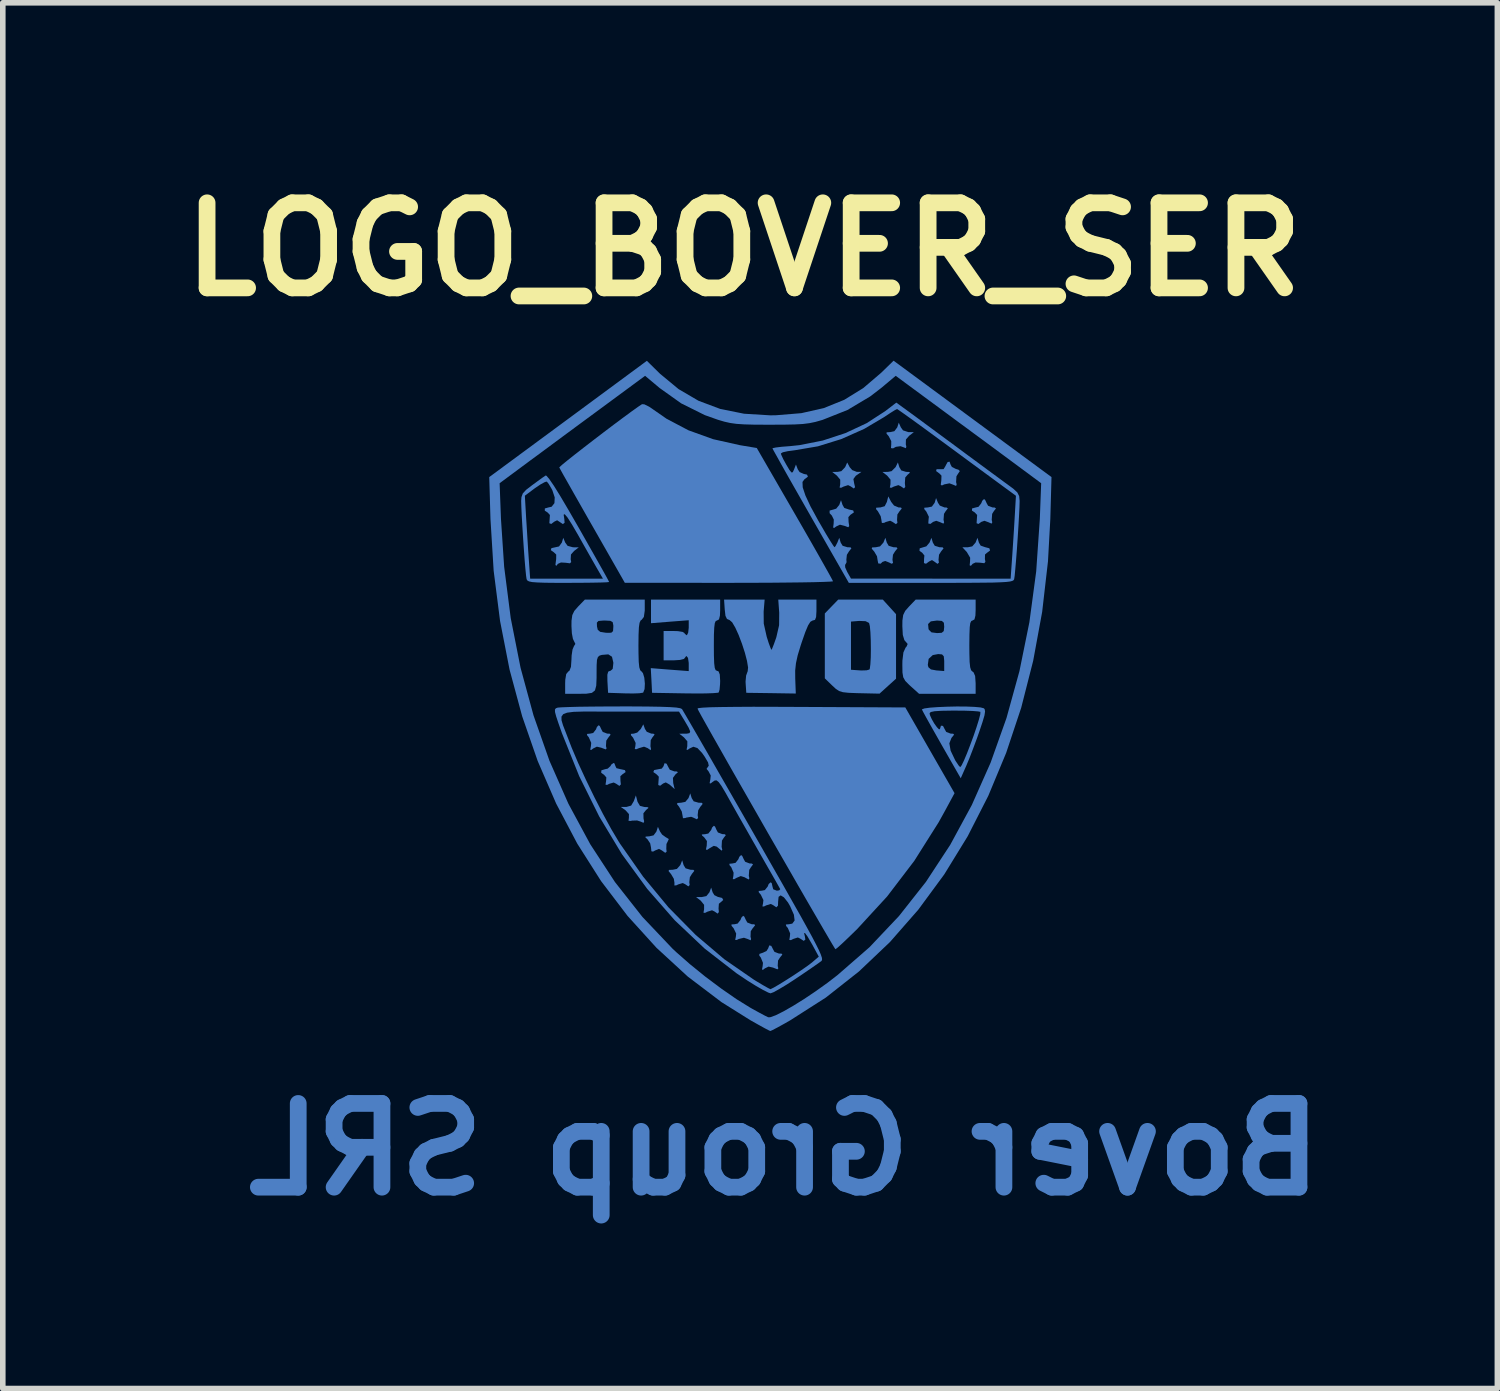
<source format=kicad_pcb>
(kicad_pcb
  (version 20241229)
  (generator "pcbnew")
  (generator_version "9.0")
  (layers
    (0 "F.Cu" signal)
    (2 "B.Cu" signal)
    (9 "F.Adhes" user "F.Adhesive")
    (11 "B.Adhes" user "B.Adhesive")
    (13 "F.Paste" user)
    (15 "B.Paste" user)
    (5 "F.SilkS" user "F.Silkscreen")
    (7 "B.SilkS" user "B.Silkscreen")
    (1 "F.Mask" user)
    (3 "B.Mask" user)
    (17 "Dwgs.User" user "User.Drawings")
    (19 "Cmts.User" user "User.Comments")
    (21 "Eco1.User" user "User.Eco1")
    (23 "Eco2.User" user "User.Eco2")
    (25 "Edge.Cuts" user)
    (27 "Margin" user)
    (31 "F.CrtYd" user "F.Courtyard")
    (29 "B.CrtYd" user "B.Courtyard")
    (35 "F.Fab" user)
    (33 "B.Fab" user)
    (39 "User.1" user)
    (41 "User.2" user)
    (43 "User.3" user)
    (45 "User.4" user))
  (footprint "LOGO_BOVER_SER"
    (layer "F.Cu")
    (at 10.776 9.418)
    (property "Reference" "LOGO_BOVER_SER" (at -0.5 -8 0) (layer "F.SilkS") (effects (font (size 1.524 1.524) (thickness 0.3))))
    (attr board_only exclude_from_pos_files exclude_from_bom)
    (fp_poly (pts (xy 1.315 -4.098) (xy 1.247 -4.027) (xy 1.18 -4.014) (xy 1.083 -4.013) (xy 1.166 -3.948) (xy 1.227 -3.875) (xy 1.227 -3.794) (xy 1.216 -3.733) (xy 1.243 -3.729) (xy 1.288 -3.751) (xy 1.368 -3.777) (xy 1.413 -3.755) (xy 1.471 -3.716) (xy 1.493 -3.74) (xy 1.477 -3.807) (xy 1.463 -3.886) (xy 1.505 -3.943) (xy 1.524 -3.957) (xy 1.606 -4.014) (xy 1.524 -4.014) (xy 1.442 -4.046) (xy 1.397 -4.098) (xy 1.352 -4.182)) (stroke (width 0) (type solid)) (fill yes) (layer "B.Cu"))
    (fp_poly (pts (xy 2.219 -4.099) (xy 2.147 -4.027) (xy 2.081 -4.014) (xy 1.983 -4.013) (xy 2.067 -3.948) (xy 2.128 -3.875) (xy 2.127 -3.794) (xy 2.116 -3.733) (xy 2.144 -3.729) (xy 2.188 -3.751) (xy 2.269 -3.777) (xy 2.314 -3.755) (xy 2.369 -3.717) (xy 2.392 -3.745) (xy 2.385 -3.814) (xy 2.392 -3.914) (xy 2.435 -3.964) (xy 2.478 -4.001) (xy 2.458 -4.013) (xy 2.407 -4.014) (xy 2.321 -4.04) (xy 2.286 -4.099) (xy 2.26 -4.183)) (stroke (width 0) (type solid)) (fill yes) (layer "B.Cu"))
    (fp_poly (pts (xy 2.249 -4.812) (xy 2.197 -4.743) (xy 2.125 -4.727) (xy 2.058 -4.723) (xy 2.057 -4.698) (xy 2.095 -4.654) (xy 2.141 -4.565) (xy 2.141 -4.503) (xy 2.136 -4.44) (xy 2.174 -4.435) (xy 2.225 -4.463) (xy 2.308 -4.474) (xy 2.352 -4.458) (xy 2.404 -4.438) (xy 2.411 -4.469) (xy 2.402 -4.507) (xy 2.404 -4.594) (xy 2.462 -4.661) (xy 2.546 -4.726) (xy 2.449 -4.726) (xy 2.352 -4.758) (xy 2.313 -4.812) (xy 2.276 -4.896)) (stroke (width 0) (type solid)) (fill yes) (layer "B.Cu"))
    (fp_poly (pts (xy -3.76 -2.748) (xy -3.811 -2.678) (xy -3.874 -2.664) (xy -3.947 -2.648) (xy -3.958 -2.612) (xy -3.903 -2.573) (xy -3.861 -2.533) (xy -3.862 -2.449) (xy -3.864 -2.438) (xy -3.875 -2.35) (xy -3.862 -2.329) (xy -3.83 -2.367) (xy -3.776 -2.391) (xy -3.692 -2.386) (xy -3.615 -2.376) (xy -3.593 -2.399) (xy -3.602 -2.448) (xy -3.597 -2.534) (xy -3.541 -2.597) (xy -3.457 -2.662) (xy -3.561 -2.663) (xy -3.657 -2.689) (xy -3.7 -2.748) (xy -3.735 -2.833)) (stroke (width 0) (type solid)) (fill yes) (layer "B.Cu"))
    (fp_poly (pts (xy -2.066 2.429) (xy -2.117 2.498) (xy -2.193 2.515) (xy -2.26 2.52) (xy -2.261 2.539) (xy -2.228 2.566) (xy -2.178 2.64) (xy -2.163 2.715) (xy -2.156 2.783) (xy -2.126 2.789) (xy -2.088 2.768) (xy -2.02 2.741) (xy -1.968 2.768) (xy -1.908 2.811) (xy -1.883 2.79) (xy -1.889 2.739) (xy -1.886 2.652) (xy -1.865 2.61) (xy -1.844 2.564) (xy -1.891 2.535) (xy -1.893 2.535) (xy -1.964 2.484) (xy -2.002 2.428) (xy -2.039 2.345)) (stroke (width 0) (type solid)) (fill yes) (layer "B.Cu"))
    (fp_poly (pts (xy -1.638 3.03) (xy -1.699 3.099) (xy -1.773 3.114) (xy -1.842 3.117) (xy -1.847 3.14) (xy -1.803 3.193) (xy -1.754 3.276) (xy -1.743 3.346) (xy -1.744 3.396) (xy -1.708 3.393) (xy -1.674 3.376) (xy -1.594 3.352) (xy -1.551 3.373) (xy -1.493 3.412) (xy -1.47 3.387) (xy -1.477 3.338) (xy -1.467 3.248) (xy -1.43 3.188) (xy -1.387 3.134) (xy -1.402 3.116) (xy -1.458 3.114) (xy -1.544 3.088) (xy -1.579 3.03) (xy -1.604 2.945)) (stroke (width 0) (type solid)) (fill yes) (layer "B.Cu"))
    (fp_poly (pts (xy -1.491 1.83) (xy -1.548 1.898) (xy -1.623 1.913) (xy -1.692 1.918) (xy -1.695 1.942) (xy -1.662 1.982) (xy -1.612 2.07) (xy -1.6 2.133) (xy -1.59 2.191) (xy -1.547 2.187) (xy -1.532 2.18) (xy -1.444 2.165) (xy -1.41 2.178) (xy -1.341 2.21) (xy -1.319 2.186) (xy -1.327 2.137) (xy -1.317 2.048) (xy -1.28 1.987) (xy -1.237 1.934) (xy -1.253 1.915) (xy -1.31 1.913) (xy -1.398 1.888) (xy -1.434 1.83) (xy -1.46 1.746)) (stroke (width 0) (type solid)) (fill yes) (layer "B.Cu"))
    (fp_poly (pts (xy -1.116 3.518) (xy -1.171 3.586) (xy -1.252 3.603) (xy -1.356 3.603) (xy -1.272 3.668) (xy -1.212 3.742) (xy -1.212 3.822) (xy -1.223 3.883) (xy -1.195 3.887) (xy -1.151 3.865) (xy -1.07 3.84) (xy -1.026 3.861) (xy -0.969 3.9) (xy -0.947 3.872) (xy -0.953 3.809) (xy -0.947 3.723) (xy -0.91 3.692) (xy -0.869 3.656) (xy -0.889 3.619) (xy -0.958 3.602) (xy -0.962 3.602) (xy -1.028 3.569) (xy -1.059 3.518) (xy -1.085 3.434)) (stroke (width 0) (type solid)) (fill yes) (layer "B.Cu"))
    (fp_poly (pts (xy 2.001 -2.748) (xy 1.94 -2.679) (xy 1.866 -2.664) (xy 1.797 -2.66) (xy 1.792 -2.638) (xy 1.837 -2.585) (xy 1.886 -2.502) (xy 1.896 -2.435) (xy 1.908 -2.374) (xy 1.951 -2.369) (xy 1.983 -2.401) (xy 2.033 -2.418) (xy 2.077 -2.401) (xy 2.149 -2.368) (xy 2.173 -2.382) (xy 2.163 -2.44) (xy 2.172 -2.53) (xy 2.209 -2.59) (xy 2.253 -2.644) (xy 2.237 -2.662) (xy 2.181 -2.664) (xy 2.095 -2.69) (xy 2.061 -2.748) (xy 2.036 -2.833)) (stroke (width 0) (type solid)) (fill yes) (layer "B.Cu"))
    (fp_poly (pts (xy 2.827 -2.748) (xy 2.77 -2.68) (xy 2.716 -2.664) (xy 2.651 -2.644) (xy 2.647 -2.6) (xy 2.696 -2.565) (xy 2.735 -2.516) (xy 2.729 -2.454) (xy 2.727 -2.38) (xy 2.764 -2.368) (xy 2.82 -2.409) (xy 2.871 -2.434) (xy 2.91 -2.409) (xy 2.97 -2.366) (xy 2.995 -2.388) (xy 2.988 -2.44) (xy 2.997 -2.53) (xy 3.035 -2.59) (xy 3.078 -2.644) (xy 3.062 -2.662) (xy 3.006 -2.664) (xy 2.921 -2.69) (xy 2.886 -2.748) (xy 2.861 -2.833)) (stroke (width 0) (type solid)) (fill yes) (layer "B.Cu"))
    (fp_poly (pts (xy 2.919 -3.461) (xy 2.869 -3.392) (xy 2.798 -3.377) (xy 2.733 -3.372) (xy 2.733 -3.347) (xy 2.769 -3.304) (xy 2.815 -3.21) (xy 2.809 -3.154) (xy 2.805 -3.089) (xy 2.843 -3.082) (xy 2.891 -3.118) (xy 2.948 -3.138) (xy 3.016 -3.113) (xy 3.076 -3.087) (xy 3.088 -3.11) (xy 3.078 -3.155) (xy 3.086 -3.262) (xy 3.116 -3.31) (xy 3.155 -3.36) (xy 3.134 -3.375) (xy 3.095 -3.377) (xy 3.012 -3.41) (xy 2.978 -3.461) (xy 2.944 -3.545)) (stroke (width 0) (type solid)) (fill yes) (layer "B.Cu"))
    (fp_poly (pts (xy 3.652 -2.748) (xy 3.592 -2.679) (xy 3.516 -2.664) (xy 3.415 -2.664) (xy 3.495 -2.578) (xy 3.555 -2.476) (xy 3.553 -2.41) (xy 3.546 -2.34) (xy 3.568 -2.331) (xy 3.599 -2.367) (xy 3.652 -2.391) (xy 3.733 -2.387) (xy 3.808 -2.378) (xy 3.828 -2.403) (xy 3.819 -2.453) (xy 3.821 -2.534) (xy 3.856 -2.564) (xy 3.911 -2.605) (xy 3.899 -2.645) (xy 3.828 -2.664) (xy 3.826 -2.664) (xy 3.743 -2.693) (xy 3.711 -2.748) (xy 3.686 -2.833)) (stroke (width 0) (type solid)) (fill yes) (layer "B.Cu"))
    (fp_poly (pts (xy -2.471 1.885) (xy -2.519 1.965) (xy -2.601 1.988) (xy -2.606 1.988) (xy -2.705 1.988) (xy -2.62 2.048) (xy -2.558 2.117) (xy -2.559 2.183) (xy -2.566 2.237) (xy -2.525 2.24) (xy -2.505 2.234) (xy -2.411 2.231) (xy -2.35 2.251) (xy -2.296 2.274) (xy -2.286 2.247) (xy -2.297 2.195) (xy -2.299 2.102) (xy -2.252 2.044) (xy -2.207 2.005) (xy -2.225 1.992) (xy -2.28 1.99) (xy -2.361 1.969) (xy -2.404 1.897) (xy -2.407 1.885) (xy -2.434 1.782)) (stroke (width 0) (type solid)) (fill yes) (layer "B.Cu"))
    (fp_poly (pts (xy -2.346 0.592) (xy -2.409 0.656) (xy -2.47 0.675) (xy -2.524 0.68) (xy -2.52 0.706) (xy -2.484 0.748) (xy -2.438 0.843) (xy -2.443 0.898) (xy -2.454 0.951) (xy -2.426 0.955) (xy -2.373 0.933) (xy -2.288 0.909) (xy -2.221 0.936) (xy -2.213 0.942) (xy -2.169 0.972) (xy -2.163 0.947) (xy -2.173 0.902) (xy -2.168 0.792) (xy -2.137 0.742) (xy -2.098 0.692) (xy -2.118 0.677) (xy -2.158 0.675) (xy -2.239 0.642) (xy -2.271 0.592) (xy -2.301 0.509)) (stroke (width 0) (type solid)) (fill yes) (layer "B.Cu"))
    (fp_poly (pts (xy 2.063 -3.476) (xy 2.024 -3.399) (xy 1.947 -3.377) (xy 1.939 -3.377) (xy 1.871 -3.372) (xy 1.869 -3.347) (xy 1.902 -3.308) (xy 1.952 -3.22) (xy 1.964 -3.157) (xy 1.973 -3.099) (xy 2.013 -3.101) (xy 2.043 -3.116) (xy 2.122 -3.139) (xy 2.164 -3.118) (xy 2.224 -3.078) (xy 2.252 -3.101) (xy 2.245 -3.154) (xy 2.251 -3.251) (xy 2.286 -3.304) (xy 2.329 -3.357) (xy 2.316 -3.375) (xy 2.272 -3.377) (xy 2.191 -3.411) (xy 2.14 -3.476) (xy 2.088 -3.575)) (stroke (width 0) (type solid)) (fill yes) (layer "B.Cu"))
    (fp_poly (pts (xy -0.543 3.971) (xy -0.56 4.014) (xy -0.611 4.078) (xy -0.664 4.09) (xy -0.722 4.094) (xy -0.719 4.12) (xy -0.683 4.162) (xy -0.637 4.258) (xy -0.643 4.315) (xy -0.655 4.371) (xy -0.625 4.371) (xy -0.59 4.354) (xy -0.498 4.332) (xy -0.433 4.354) (xy -0.377 4.378) (xy -0.37 4.35) (xy -0.38 4.315) (xy -0.376 4.215) (xy -0.341 4.162) (xy -0.298 4.109) (xy -0.312 4.091) (xy -0.359 4.09) (xy -0.438 4.059) (xy -0.463 4.014) (xy -0.491 3.954) (xy -0.512 3.939)) (stroke (width 0) (type solid)) (fill yes) (layer "B.Cu"))
    (fp_poly (pts (xy 1.21 -3.423) (xy 1.155 -3.355) (xy 1.103 -3.339) (xy 1.037 -3.321) (xy 1.037 -3.274) (xy 1.077 -3.231) (xy 1.112 -3.159) (xy 1.109 -3.086) (xy 1.1 -3.017) (xy 1.118 -3.009) (xy 1.153 -3.035) (xy 1.222 -3.068) (xy 1.307 -3.046) (xy 1.308 -3.046) (xy 1.371 -3.022) (xy 1.388 -3.044) (xy 1.377 -3.115) (xy 1.373 -3.204) (xy 1.412 -3.247) (xy 1.416 -3.249) (xy 1.472 -3.288) (xy 1.459 -3.324) (xy 1.385 -3.339) (xy 1.3 -3.368) (xy 1.268 -3.423) (xy 1.241 -3.507)) (stroke (width 0) (type solid)) (fill yes) (layer "B.Cu"))
    (fp_poly (pts (xy 3.771 -3.496) (xy 3.754 -3.452) (xy 3.704 -3.388) (xy 3.656 -3.377) (xy 3.589 -3.359) (xy 3.587 -3.32) (xy 3.638 -3.287) (xy 3.68 -3.242) (xy 3.675 -3.17) (xy 3.67 -3.094) (xy 3.704 -3.081) (xy 3.754 -3.118) (xy 3.811 -3.138) (xy 3.879 -3.113) (xy 3.939 -3.087) (xy 3.951 -3.11) (xy 3.941 -3.155) (xy 3.949 -3.262) (xy 3.979 -3.31) (xy 4.017 -3.359) (xy 3.996 -3.375) (xy 3.955 -3.377) (xy 3.876 -3.407) (xy 3.851 -3.452) (xy 3.823 -3.512) (xy 3.803 -3.527)) (stroke (width 0) (type solid)) (fill yes) (layer "B.Cu"))
    (fp_poly (pts (xy -3.132 0.556) (xy -3.149 0.6) (xy -3.199 0.664) (xy -3.253 0.675) (xy -3.311 0.681) (xy -3.305 0.709) (xy -3.277 0.742) (xy -3.234 0.841) (xy -3.24 0.902) (xy -3.252 0.965) (xy -3.231 0.966) (xy -3.2 0.942) (xy -3.133 0.909) (xy -3.052 0.928) (xy -3.041 0.933) (xy -2.974 0.958) (xy -2.959 0.941) (xy -2.97 0.898) (xy -2.964 0.801) (xy -2.929 0.748) (xy -2.887 0.695) (xy -2.901 0.677) (xy -2.948 0.675) (xy -3.027 0.645) (xy -3.052 0.6) (xy -3.08 0.54) (xy -3.101 0.525)) (stroke (width 0) (type solid)) (fill yes) (layer "B.Cu"))
    (fp_poly (pts (xy -2.875 1.23) (xy -2.889 1.257) (xy -2.94 1.303) (xy -2.987 1.313) (xy -3.052 1.333) (xy -3.055 1.377) (xy -3.004 1.413) (xy -2.963 1.46) (xy -2.968 1.527) (xy -2.978 1.59) (xy -2.95 1.594) (xy -2.91 1.574) (xy -2.831 1.551) (xy -2.789 1.572) (xy -2.729 1.612) (xy -2.703 1.585) (xy -2.71 1.52) (xy -2.712 1.438) (xy -2.673 1.403) (xy -2.618 1.364) (xy -2.63 1.329) (xy -2.704 1.313) (xy -2.707 1.313) (xy -2.782 1.294) (xy -2.8 1.257) (xy -2.819 1.207) (xy -2.834 1.201)) (stroke (width 0) (type solid)) (fill yes) (layer "B.Cu"))
    (fp_poly (pts (xy -1.068 2.357) (xy -1.085 2.401) (xy -1.136 2.465) (xy -1.193 2.477) (xy -1.254 2.482) (xy -1.245 2.504) (xy -1.211 2.532) (xy -1.161 2.6) (xy -1.165 2.684) (xy -1.179 2.752) (xy -1.158 2.758) (xy -1.106 2.724) (xy -1.039 2.686) (xy -0.987 2.699) (xy -0.949 2.73) (xy -0.897 2.772) (xy -0.886 2.756) (xy -0.898 2.703) (xy -0.892 2.592) (xy -0.861 2.543) (xy -0.822 2.493) (xy -0.844 2.477) (xy -0.885 2.476) (xy -0.964 2.446) (xy -0.989 2.401) (xy -1.016 2.34) (xy -1.037 2.326)) (stroke (width 0) (type solid)) (fill yes) (layer "B.Cu"))
    (fp_poly (pts (xy -0.581 2.883) (xy -0.598 2.926) (xy -0.648 2.99) (xy -0.702 3.001) (xy -0.76 3.007) (xy -0.754 3.035) (xy -0.725 3.069) (xy -0.683 3.167) (xy -0.687 3.222) (xy -0.698 3.282) (xy -0.672 3.283) (xy -0.63 3.259) (xy -0.555 3.227) (xy -0.483 3.25) (xy -0.469 3.259) (xy -0.412 3.289) (xy -0.401 3.267) (xy -0.411 3.222) (xy -0.403 3.116) (xy -0.373 3.069) (xy -0.335 3.019) (xy -0.356 3.003) (xy -0.397 3.001) (xy -0.476 2.971) (xy -0.501 2.926) (xy -0.529 2.866) (xy -0.549 2.851)) (stroke (width 0) (type solid)) (fill yes) (layer "B.Cu"))
    (fp_poly (pts (xy -0.062 4.518) (xy -0.062 4.52) (xy -0.094 4.57) (xy -0.157 4.6) (xy -0.222 4.622) (xy -0.222 4.654) (xy -0.196 4.686) (xy -0.157 4.782) (xy -0.163 4.841) (xy -0.175 4.904) (xy -0.154 4.905) (xy -0.123 4.881) (xy -0.057 4.849) (xy 0.024 4.867) (xy 0.036 4.872) (xy 0.102 4.898) (xy 0.118 4.881) (xy 0.107 4.838) (xy 0.113 4.74) (xy 0.147 4.687) (xy 0.19 4.634) (xy 0.176 4.617) (xy 0.128 4.615) (xy 0.049 4.585) (xy 0.024 4.54) (xy -0.008 4.478) (xy -0.044 4.469)) (stroke (width 0) (type solid)) (fill yes) (layer "B.Cu"))
    (fp_poly (pts (xy 3.151 -4.19) (xy 3.118 -4.131) (xy 3.115 -4.122) (xy 3.079 -4.063) (xy 3.017 -4.062) (xy 2.953 -4.062) (xy 2.945 -4.029) (xy 2.997 -3.99) (xy 3 -3.989) (xy 3.041 -3.947) (xy 3.038 -3.858) (xy 3.028 -3.785) (xy 3.048 -3.77) (xy 3.091 -3.79) (xy 3.184 -3.809) (xy 3.246 -3.786) (xy 3.303 -3.762) (xy 3.313 -3.79) (xy 3.303 -3.831) (xy 3.309 -3.935) (xy 3.337 -3.98) (xy 3.37 -4.028) (xy 3.345 -4.053) (xy 3.298 -4.067) (xy 3.227 -4.103) (xy 3.203 -4.147) (xy 3.186 -4.197)) (stroke (width 0) (type solid)) (fill yes) (layer "B.Cu"))
    (fp_poly (pts (xy -1.937 1.254) (xy -1.937 1.257) (xy -1.97 1.302) (xy -2.031 1.313) (xy -2.107 1.328) (xy -2.121 1.364) (xy -2.067 1.403) (xy -2.065 1.403) (xy -2.023 1.447) (xy -2.028 1.52) (xy -2.033 1.596) (xy -1.999 1.609) (xy -1.946 1.569) (xy -1.898 1.549) (xy -1.835 1.585) (xy -1.82 1.597) (xy -1.739 1.67) (xy -1.765 1.562) (xy -1.77 1.468) (xy -1.724 1.405) (xy -1.723 1.404) (xy -1.68 1.366) (xy -1.702 1.353) (xy -1.744 1.352) (xy -1.826 1.322) (xy -1.852 1.276) (xy -1.884 1.214) (xy -1.92 1.205)) (stroke (width 0) (type solid)) (fill yes) (layer "B.Cu"))
    (fp_poly (pts (xy 0.951 -1.478) (xy 0.951 -0.315) (xy 1.084 -0.186) (xy 1.149 -0.126) (xy 1.206 -0.088) (xy 1.275 -0.067) (xy 1.376 -0.056) (xy 1.528 -0.05) (xy 1.574 -0.049) (xy 1.931 -0.041) (xy 2.227 -0.309) (xy 2.227 -0.84) (xy 1.776 -0.84) (xy 1.774 -0.69) (xy 1.767 -0.567) (xy 1.757 -0.489) (xy 1.75 -0.473) (xy 1.699 -0.459) (xy 1.604 -0.456) (xy 1.572 -0.458) (xy 1.42 -0.469) (xy 1.42 -1.332) (xy 1.567 -1.344) (xy 1.683 -1.339) (xy 1.744 -1.306) (xy 1.758 -1.249) (xy 1.768 -1.139) (xy 1.774 -0.996) (xy 1.776 -0.84) (xy 2.227 -0.84) (xy 2.227 -1.465) (xy 2.108 -1.596) (xy 1.99 -1.726) (xy 1.191 -1.726)) (stroke (width 0) (type solid)) (fill yes) (layer "B.Cu"))
    (fp_poly (pts (xy -0.655 0.196) (xy -0.912 0.199) (xy -1.105 0.203) (xy -1.237 0.21) (xy -1.311 0.218) (xy -1.33 0.227) (xy -1.308 0.271) (xy -1.253 0.372) (xy -1.168 0.523) (xy -1.058 0.719) (xy -0.925 0.953) (xy -0.775 1.218) (xy -0.61 1.508) (xy -0.434 1.815) (xy -0.251 2.135) (xy -0.066 2.459) (xy 0.12 2.782) (xy 0.301 3.096) (xy 0.473 3.396) (xy 0.634 3.675) (xy 0.78 3.926) (xy 0.906 4.143) (xy 1.009 4.319) (xy 1.084 4.447) (xy 1.13 4.522) (xy 1.141 4.538) (xy 1.174 4.514) (xy 1.25 4.446) (xy 1.358 4.344) (xy 1.489 4.217) (xy 1.533 4.174) (xy 2.067 3.593) (xy 2.553 2.956) (xy 2.99 2.264) (xy 3.102 2.062) (xy 3.275 1.742) (xy 2.393 0.206) (xy 0.524 0.197) (xy 0.06 0.195) (xy -0.332 0.194)) (stroke (width 0) (type solid)) (fill yes) (layer "B.Cu"))
    (fp_poly (pts (xy -2.399 -5.177) (xy -2.515 -5.094) (xy -2.663 -4.985) (xy -2.832 -4.859) (xy -3.013 -4.722) (xy -3.196 -4.582) (xy -3.371 -4.447) (xy -3.53 -4.323) (xy -3.661 -4.219) (xy -3.755 -4.142) (xy -3.802 -4.099) (xy -3.806 -4.093) (xy -3.785 -4.054) (xy -3.732 -3.958) (xy -3.65 -3.814) (xy -3.545 -3.628) (xy -3.421 -3.41) (xy -3.283 -3.167) (xy -3.213 -3.045) (xy -2.632 -2.027) (xy -0.765 -2.026) (xy -0.399 -2.027) (xy -0.057 -2.028) (xy 0.255 -2.031) (xy 0.528 -2.034) (xy 0.756 -2.038) (xy 0.931 -2.043) (xy 1.047 -2.048) (xy 1.097 -2.053) (xy 1.098 -2.054) (xy 1.079 -2.092) (xy 1.027 -2.187) (xy 0.945 -2.333) (xy 0.839 -2.521) (xy 0.712 -2.744) (xy 0.568 -2.995) (xy 0.414 -3.262) (xy -0.268 -4.442) (xy -0.568 -4.492) (xy -1.051 -4.6) (xy -1.492 -4.759) (xy -1.883 -4.965) (xy -2.08 -5.102) (xy -2.195 -5.181) (xy -2.282 -5.224) (xy -2.324 -5.227)) (stroke (width 0) (type solid)) (fill yes) (layer "B.Cu"))
    (fp_poly (pts (xy 0.134 -1.491) (xy 0.132 -1.267) (xy 0.083 -1.054) (xy 0.079 -1.041) (xy 0.039 -0.928) (xy 0.008 -0.85) (xy -0.005 -0.825) (xy -0.021 -0.858) (xy -0.053 -0.944) (xy -0.09 -1.06) (xy -0.143 -1.296) (xy -0.145 -1.51) (xy -0.127 -1.726) (xy -0.854 -1.726) (xy -0.842 -1.548) (xy -0.829 -1.435) (xy -0.802 -1.379) (xy -0.755 -1.359) (xy -0.709 -1.319) (xy -0.653 -1.224) (xy -0.592 -1.09) (xy -0.533 -0.934) (xy -0.481 -0.774) (xy -0.443 -0.627) (xy -0.424 -0.51) (xy -0.431 -0.44) (xy -0.434 -0.435) (xy -0.459 -0.365) (xy -0.469 -0.257) (xy -0.467 -0.219) (xy -0.456 -0.056) (xy -0.012 -0.05) (xy 0.431 -0.043) (xy 0.421 -0.312) (xy 0.42 -0.455) (xy 0.434 -0.586) (xy 0.465 -0.728) (xy 0.52 -0.909) (xy 0.539 -0.966) (xy 0.602 -1.146) (xy 0.651 -1.263) (xy 0.692 -1.328) (xy 0.729 -1.35) (xy 0.734 -1.351) (xy 0.775 -1.363) (xy 0.795 -1.414) (xy 0.801 -1.518) (xy 0.801 -1.538) (xy 0.801 -1.726) (xy 0.117 -1.726)) (stroke (width 0) (type solid)) (fill yes) (layer "B.Cu"))
    (fp_poly (pts (xy -2.163 -1.303) (xy -1.825 -1.33) (xy -1.487 -1.356) (xy -1.487 -1.222) (xy -1.497 -1.134) (xy -1.519 -1.089) (xy -1.525 -1.088) (xy -1.561 -1.117) (xy -1.562 -1.126) (xy -1.596 -1.147) (xy -1.682 -1.161) (xy -1.75 -1.163) (xy -1.937 -1.163) (xy -1.937 -0.638) (xy -1.75 -0.638) (xy -1.643 -0.645) (xy -1.575 -0.662) (xy -1.562 -0.675) (xy -1.534 -0.712) (xy -1.525 -0.713) (xy -1.5 -0.68) (xy -1.488 -0.598) (xy -1.487 -0.579) (xy -1.487 -0.445) (xy -1.827 -0.471) (xy -2.167 -0.498) (xy -2.155 -0.277) (xy -2.144 -0.056) (xy -1.56 -0.046) (xy -1.358 -0.044) (xy -1.183 -0.045) (xy -1.048 -0.05) (xy -0.967 -0.057) (xy -0.95 -0.062) (xy -0.935 -0.112) (xy -0.926 -0.209) (xy -0.924 -0.269) (xy -0.931 -0.385) (xy -0.953 -0.44) (xy -0.981 -0.45) (xy -1.005 -0.462) (xy -1.021 -0.503) (xy -1.031 -0.586) (xy -1.036 -0.723) (xy -1.037 -0.9) (xy -1.036 -1.095) (xy -1.03 -1.225) (xy -1.02 -1.304) (xy -1.003 -1.342) (xy -0.981 -1.351) (xy -0.945 -1.371) (xy -0.928 -1.44) (xy -0.924 -1.538) (xy -0.924 -1.726) (xy -2.163 -1.726)) (stroke (width 0) (type solid)) (fill yes) (layer "B.Cu"))
    (fp_poly (pts (xy 3.14 0.193) (xy 2.975 0.2) (xy 2.835 0.21) (xy 2.735 0.224) (xy 2.692 0.24) (xy 2.691 0.244) (xy 2.715 0.291) (xy 2.769 0.39) (xy 2.849 0.533) (xy 2.947 0.706) (xy 3.047 0.883) (xy 3.386 1.475) (xy 3.484 1.254) (xy 3.54 1.12) (xy 3.608 0.944) (xy 3.679 0.752) (xy 3.717 0.644) (xy 3.776 0.468) (xy 3.811 0.35) (xy 3.821 0.285) (xy 3.738 0.285) (xy 3.736 0.329) (xy 3.711 0.425) (xy 3.669 0.56) (xy 3.616 0.716) (xy 3.556 0.878) (xy 3.497 1.031) (xy 3.443 1.159) (xy 3.401 1.245) (xy 3.376 1.276) (xy 3.349 1.247) (xy 3.301 1.175) (xy 3.287 1.153) (xy 3.205 0.981) (xy 3.182 0.849) (xy 3.22 0.752) (xy 3.225 0.746) (xy 3.267 0.694) (xy 3.25 0.677) (xy 3.205 0.675) (xy 3.126 0.645) (xy 3.101 0.6) (xy 3.068 0.537) (xy 3.032 0.533) (xy 3.014 0.59) (xy 3.014 0.591) (xy 2.998 0.6) (xy 2.96 0.561) (xy 2.911 0.493) (xy 2.866 0.414) (xy 2.834 0.343) (xy 2.828 0.31) (xy 2.849 0.288) (xy 2.917 0.274) (xy 3.043 0.266) (xy 3.233 0.263) (xy 3.271 0.263) (xy 3.447 0.264) (xy 3.593 0.269) (xy 3.696 0.277) (xy 3.738 0.285) (xy 3.821 0.285) (xy 3.822 0.277) (xy 3.814 0.236) (xy 3.799 0.221) (xy 3.741 0.206) (xy 3.63 0.196) (xy 3.483 0.19) (xy 3.314 0.189)) (stroke (width 0) (type solid)) (fill yes) (layer "B.Cu"))
    (fp_poly (pts (xy 2.46 -1.602) (xy 2.391 -1.524) (xy 2.355 -1.45) (xy 2.341 -1.351) (xy 2.34 -1.25) (xy 2.348 -1.093) (xy 2.376 -1) (xy 2.397 -0.975) (xy 2.435 -0.931) (xy 2.416 -0.886) (xy 2.397 -0.864) (xy 2.359 -0.78) (xy 2.341 -0.632) (xy 2.34 -0.555) (xy 2.342 -0.42) (xy 2.356 -0.334) (xy 2.393 -0.268) (xy 2.463 -0.198) (xy 2.49 -0.173) (xy 2.64 -0.038) (xy 3.653 -0.038) (xy 3.653 -0.226) (xy 3.644 -0.357) (xy 3.615 -0.424) (xy 3.596 -0.437) (xy 3.587 -0.446) (xy 3.09 -0.446) (xy 2.949 -0.457) (xy 2.852 -0.475) (xy 2.807 -0.514) (xy 2.796 -0.555) (xy 2.811 -0.664) (xy 2.885 -0.732) (xy 2.982 -0.75) (xy 3.051 -0.744) (xy 3.082 -0.711) (xy 3.09 -0.63) (xy 3.09 -0.598) (xy 3.09 -0.446) (xy 3.587 -0.446) (xy 3.572 -0.46) (xy 3.555 -0.514) (xy 3.545 -0.611) (xy 3.541 -0.763) (xy 3.54 -0.904) (xy 3.542 -1.098) (xy 3.547 -1.227) (xy 3.548 -1.238) (xy 3.09 -1.238) (xy 3.082 -1.162) (xy 3.045 -1.131) (xy 2.961 -1.126) (xy 2.862 -1.139) (xy 2.814 -1.187) (xy 2.809 -1.2) (xy 2.801 -1.288) (xy 2.85 -1.336) (xy 2.961 -1.351) (xy 3.048 -1.344) (xy 3.084 -1.311) (xy 3.09 -1.238) (xy 3.548 -1.238) (xy 3.557 -1.305) (xy 3.575 -1.342) (xy 3.596 -1.351) (xy 3.632 -1.371) (xy 3.649 -1.44) (xy 3.653 -1.538) (xy 3.653 -1.726) (xy 2.579 -1.726)) (stroke (width 0) (type solid)) (fill yes) (layer "B.Cu"))
    (fp_poly (pts (xy -4.104 -3.913) (xy -4.195 -3.847) (xy -4.292 -3.776) (xy -4.401 -3.692) (xy -4.46 -3.628) (xy -4.484 -3.562) (xy -4.489 -3.495) (xy -4.486 -3.386) (xy -4.479 -3.23) (xy -4.468 -3.042) (xy -4.455 -2.837) (xy -4.441 -2.631) (xy -4.427 -2.438) (xy -4.413 -2.274) (xy -4.401 -2.154) (xy -4.392 -2.093) (xy -4.392 -2.092) (xy -4.379 -2.069) (xy -4.349 -2.052) (xy -4.293 -2.04) (xy -4.201 -2.033) (xy -4.063 -2.028) (xy -3.868 -2.026) (xy -3.642 -2.026) (xy -3.417 -2.027) (xy -3.221 -2.029) (xy -3.064 -2.032) (xy -2.958 -2.036) (xy -2.914 -2.041) (xy -2.913 -2.041) (xy -2.931 -2.077) (xy -2.944 -2.101) (xy -3.024 -2.101) (xy -4.328 -2.101) (xy -4.351 -2.429) (xy -4.364 -2.615) (xy -4.378 -2.84) (xy -4.392 -3.067) (xy -4.399 -3.172) (xy -4.423 -3.587) (xy -4.241 -3.723) (xy -4.14 -3.791) (xy -4.062 -3.833) (xy -4.029 -3.84) (xy -3.995 -3.797) (xy -3.946 -3.714) (xy -3.93 -3.684) (xy -3.888 -3.557) (xy -3.893 -3.454) (xy -3.943 -3.39) (xy -4 -3.377) (xy -4.065 -3.359) (xy -4.066 -3.319) (xy -4.016 -3.287) (xy -3.974 -3.242) (xy -3.979 -3.17) (xy -3.984 -3.094) (xy -3.95 -3.081) (xy -3.896 -3.122) (xy -3.845 -3.147) (xy -3.806 -3.122) (xy -3.742 -3.079) (xy -3.711 -3.102) (xy -3.716 -3.17) (xy -3.728 -3.247) (xy -3.709 -3.256) (xy -3.659 -3.197) (xy -3.578 -3.07) (xy -3.467 -2.879) (xy -3.368 -2.703) (xy -3.269 -2.528) (xy -3.184 -2.379) (xy -3.138 -2.298) (xy -3.024 -2.101) (xy -2.944 -2.101) (xy -2.981 -2.169) (xy -3.06 -2.31) (xy -3.162 -2.491) (xy -3.283 -2.705) (xy -3.418 -2.943) (xy -3.46 -3.017) (xy -3.641 -3.331) (xy -3.788 -3.58) (xy -3.902 -3.764) (xy -3.985 -3.885) (xy -4.035 -3.944) (xy -4.051 -3.949)) (stroke (width 0) (type solid)) (fill yes) (layer "B.Cu"))
    (fp_poly (pts (xy -3.468 -1.602) (xy -3.537 -1.523) (xy -3.573 -1.448) (xy -3.587 -1.348) (xy -3.588 -1.253) (xy -3.581 -1.123) (xy -3.562 -1.023) (xy -3.543 -0.983) (xy -3.518 -0.932) (xy -3.543 -0.893) (xy -3.569 -0.832) (xy -3.585 -0.725) (xy -3.588 -0.653) (xy -3.597 -0.521) (xy -3.624 -0.452) (xy -3.645 -0.437) (xy -3.682 -0.392) (xy -3.699 -0.289) (xy -3.701 -0.226) (xy -3.701 -0.038) (xy -3.479 -0.038) (xy -3.322 -0.04) (xy -3.222 -0.055) (xy -3.167 -0.099) (xy -3.144 -0.184) (xy -3.138 -0.324) (xy -3.138 -0.397) (xy -3.137 -0.551) (xy -3.131 -0.645) (xy -3.114 -0.697) (xy -3.084 -0.723) (xy -3.044 -0.735) (xy -2.928 -0.745) (xy -2.862 -0.702) (xy -2.838 -0.599) (xy -2.838 -0.583) (xy -2.849 -0.486) (xy -2.886 -0.451) (xy -2.896 -0.45) (xy -2.93 -0.435) (xy -2.945 -0.38) (xy -2.944 -0.268) (xy -2.943 -0.253) (xy -2.932 -0.056) (xy -2.63 -0.046) (xy -2.486 -0.044) (xy -2.372 -0.048) (xy -2.308 -0.058) (xy -2.302 -0.061) (xy -2.278 -0.123) (xy -2.273 -0.221) (xy -2.283 -0.326) (xy -2.307 -0.408) (xy -2.331 -0.437) (xy -2.356 -0.46) (xy -2.373 -0.514) (xy -2.383 -0.612) (xy -2.387 -0.765) (xy -2.388 -0.9) (xy -2.386 -1.096) (xy -2.38 -1.229) (xy -2.379 -1.236) (xy -2.838 -1.236) (xy -2.843 -1.161) (xy -2.875 -1.132) (xy -2.953 -1.131) (xy -2.979 -1.133) (xy -3.073 -1.148) (xy -3.117 -1.185) (xy -3.131 -1.247) (xy -3.133 -1.313) (xy -3.105 -1.343) (xy -3.027 -1.35) (xy -2.99 -1.351) (xy -2.893 -1.346) (xy -2.85 -1.323) (xy -2.838 -1.265) (xy -2.838 -1.236) (xy -2.379 -1.236) (xy -2.368 -1.31) (xy -2.349 -1.352) (xy -2.331 -1.364) (xy -2.291 -1.415) (xy -2.275 -1.529) (xy -2.275 -1.556) (xy -2.275 -1.726) (xy -3.348 -1.726)) (stroke (width 0) (type solid)) (fill yes) (layer "B.Cu"))
    (fp_poly (pts (xy 2.033 -5.102) (xy 1.701 -4.887) (xy 1.32 -4.709) (xy 0.912 -4.575) (xy 0.496 -4.493) (xy 0.323 -4.475) (xy 0.181 -4.464) (xy 0.074 -4.451) (xy 0.018 -4.439) (xy 0.013 -4.436) (xy 0.031 -4.4) (xy 0.083 -4.307) (xy 0.163 -4.163) (xy 0.268 -3.976) (xy 0.394 -3.754) (xy 0.537 -3.503) (xy 0.692 -3.231) (xy 0.697 -3.222) (xy 1.381 -2.026) (xy 2.852 -2.026) (xy 3.224 -2.026) (xy 3.528 -2.027) (xy 3.771 -2.029) (xy 3.959 -2.031) (xy 4.1 -2.036) (xy 4.202 -2.042) (xy 4.269 -2.05) (xy 4.311 -2.061) (xy 4.333 -2.074) (xy 4.343 -2.091) (xy 4.343 -2.092) (xy 4.352 -2.15) (xy 4.363 -2.267) (xy 4.377 -2.43) (xy 4.392 -2.621) (xy 4.406 -2.827) (xy 4.419 -3.032) (xy 4.43 -3.22) (xy 4.438 -3.377) (xy 4.441 -3.488) (xy 4.441 -3.494) (xy 4.433 -3.579) (xy 4.43 -3.586) (xy 4.375 -3.586) (xy 4.351 -3.172) (xy 4.338 -2.957) (xy 4.323 -2.726) (xy 4.309 -2.516) (xy 4.303 -2.429) (xy 4.28 -2.101) (xy 1.42 -2.102) (xy 1.352 -2.222) (xy 1.316 -2.303) (xy 1.314 -2.351) (xy 1.32 -2.355) (xy 1.341 -2.396) (xy 1.337 -2.442) (xy 1.346 -2.528) (xy 1.384 -2.59) (xy 1.427 -2.644) (xy 1.412 -2.662) (xy 1.356 -2.664) (xy 1.27 -2.69) (xy 1.235 -2.748) (xy 1.21 -2.833) (xy 1.176 -2.748) (xy 1.143 -2.684) (xy 1.124 -2.664) (xy 1.101 -2.695) (xy 1.047 -2.779) (xy 0.97 -2.906) (xy 0.878 -3.065) (xy 0.833 -3.142) (xy 0.695 -3.395) (xy 0.603 -3.592) (xy 0.555 -3.737) (xy 0.551 -3.834) (xy 0.589 -3.885) (xy 0.597 -3.889) (xy 0.648 -3.928) (xy 0.632 -3.965) (xy 0.575 -3.977) (xy 0.5 -4.01) (xy 0.466 -4.061) (xy 0.434 -4.146) (xy 0.399 -4.056) (xy 0.377 -4.008) (xy 0.354 -4.003) (xy 0.317 -4.049) (xy 0.264 -4.138) (xy 0.207 -4.241) (xy 0.171 -4.319) (xy 0.164 -4.344) (xy 0.198 -4.365) (xy 0.288 -4.385) (xy 0.415 -4.402) (xy 0.421 -4.403) (xy 0.828 -4.472) (xy 1.247 -4.602) (xy 1.656 -4.784) (xy 2.011 -4.994) (xy 2.121 -5.067) (xy 2.204 -5.119) (xy 2.244 -5.14) (xy 2.245 -5.14) (xy 2.278 -5.119) (xy 2.365 -5.058) (xy 2.495 -4.965) (xy 2.661 -4.845) (xy 2.855 -4.703) (xy 3.061 -4.552) (xy 3.291 -4.383) (xy 3.516 -4.217) (xy 3.725 -4.063) (xy 3.905 -3.931) (xy 4.045 -3.828) (xy 4.117 -3.775) (xy 4.375 -3.586) (xy 4.43 -3.586) (xy 4.4 -3.645) (xy 4.327 -3.713) (xy 4.262 -3.761) (xy 4.181 -3.82) (xy 4.051 -3.916) (xy 3.882 -4.04) (xy 3.687 -4.184) (xy 3.475 -4.34) (xy 3.353 -4.431) (xy 3.136 -4.591) (xy 2.927 -4.745) (xy 2.739 -4.884) (xy 2.582 -5) (xy 2.467 -5.084) (xy 2.427 -5.113) (xy 2.232 -5.255)) (stroke (width 0) (type solid)) (fill yes) (layer "B.Cu"))
    (fp_poly (pts (xy 1.96 -5.789) (xy 1.639 -5.515) (xy 1.299 -5.305) (xy 0.933 -5.157) (xy 0.53 -5.066) (xy 0.082 -5.029) (xy -0.024 -5.027) (xy -0.496 -5.056) (xy -0.923 -5.142) (xy -1.312 -5.288) (xy -1.669 -5.497) (xy -2 -5.771) (xy -2.03 -5.8) (xy -2.237 -6.004) (xy -3.649 -4.962) (xy -5.061 -3.921) (xy -5.039 -3.17) (xy -4.982 -2.243) (xy -4.867 -1.342) (xy -4.697 -0.472) (xy -4.471 0.365) (xy -4.193 1.166) (xy -3.863 1.927) (xy -3.484 2.646) (xy -3.057 3.318) (xy -2.583 3.941) (xy -2.065 4.512) (xy -1.504 5.028) (xy -0.901 5.485) (xy -0.382 5.81) (xy -0.24 5.89) (xy -0.124 5.954) (xy -0.047 5.994) (xy -0.024 6.003) (xy 0.016 5.985) (xy 0.106 5.938) (xy 0.231 5.869) (xy 0.334 5.81) (xy 0.969 5.404) (xy 1.563 4.936) (xy 2.117 4.41) (xy 2.626 3.829) (xy 3.091 3.197) (xy 3.51 2.515) (xy 3.88 1.789) (xy 4.2 1.02) (xy 4.469 0.213) (xy 4.684 -0.63) (xy 4.845 -1.506) (xy 4.949 -2.411) (xy 4.991 -3.17) (xy 5.009 -3.811) (xy 4.827 -3.811) (xy 4.803 -3.172) (xy 4.738 -2.231) (xy 4.616 -1.321) (xy 4.438 -0.445) (xy 4.206 0.395) (xy 3.921 1.196) (xy 3.584 1.955) (xy 3.198 2.667) (xy 2.762 3.332) (xy 2.279 3.944) (xy 1.751 4.502) (xy 1.177 5.002) (xy 0.997 5.141) (xy 0.787 5.291) (xy 0.58 5.43) (xy 0.384 5.552) (xy 0.211 5.651) (xy 0.071 5.721) (xy -0.026 5.756) (xy -0.062 5.757) (xy -0.119 5.73) (xy -0.222 5.675) (xy -0.351 5.604) (xy -0.386 5.584) (xy -0.63 5.433) (xy -0.904 5.243) (xy -1.19 5.029) (xy -1.466 4.805) (xy -1.712 4.589) (xy -1.776 4.529) (xy -2.316 3.96) (xy -2.808 3.335) (xy -3.25 2.659) (xy -3.642 1.933) (xy -3.982 1.162) (xy -4.268 0.348) (xy -4.5 -0.505) (xy -4.676 -1.394) (xy -4.794 -2.316) (xy -4.851 -3.172) (xy -4.875 -3.811) (xy -4.466 -4.114) (xy -4.326 -4.218) (xy -4.137 -4.357) (xy -3.914 -4.522) (xy -3.668 -4.704) (xy -3.413 -4.892) (xy -3.163 -5.076) (xy -2.269 -5.735) (xy -2.009 -5.517) (xy -1.623 -5.242) (xy -1.199 -5.031) (xy -0.962 -4.947) (xy -0.85 -4.914) (xy -0.744 -4.89) (xy -0.63 -4.874) (xy -0.491 -4.865) (xy -0.312 -4.86) (xy -0.076 -4.859) (xy -0.024 -4.859) (xy 0.224 -4.86) (xy 0.413 -4.864) (xy 0.558 -4.872) (xy 0.676 -4.887) (xy 0.782 -4.909) (xy 0.891 -4.94) (xy 0.914 -4.947) (xy 1.357 -5.123) (xy 1.763 -5.365) (xy 1.961 -5.517) (xy 2.221 -5.735) (xy 3.115 -5.076) (xy 3.367 -4.89) (xy 3.622 -4.702) (xy 3.868 -4.521) (xy 4.091 -4.356) (xy 4.279 -4.217) (xy 4.418 -4.114) (xy 4.827 -3.811) (xy 5.009 -3.811) (xy 5.012 -3.921) (xy 3.598 -4.963) (xy 2.183 -6.006)) (stroke (width 0) (type solid)) (fill yes) (layer "B.Cu"))
    (fp_poly (pts (xy -2.979 0.189) (xy -3.235 0.191) (xy -3.459 0.194) (xy -3.64 0.199) (xy -3.768 0.204) (xy -3.833 0.209) (xy -3.836 0.21) (xy -3.867 0.221) (xy -3.884 0.243) (xy -3.883 0.288) (xy -3.862 0.367) (xy -3.82 0.493) (xy -3.758 0.669) (xy -3.449 1.438) (xy -3.09 2.161) (xy -2.684 2.835) (xy -2.232 3.455) (xy -1.737 4.02) (xy -1.202 4.526) (xy -0.629 4.97) (xy -0.435 5.1) (xy -0.287 5.192) (xy -0.158 5.266) (xy -0.063 5.314) (xy -0.022 5.328) (xy 0.032 5.308) (xy 0.132 5.253) (xy 0.267 5.172) (xy 0.42 5.073) (xy 0.43 5.066) (xy 0.586 4.961) (xy 0.723 4.867) (xy 0.828 4.794) (xy 0.886 4.752) (xy 0.887 4.752) (xy 0.898 4.738) (xy 0.902 4.716) (xy 0.896 4.68) (xy 0.892 4.671) (xy 0.843 4.671) (xy 0.719 4.777) (xy 0.644 4.834) (xy 0.532 4.912) (xy 0.4 5) (xy 0.263 5.088) (xy 0.137 5.166) (xy 0.038 5.224) (xy -0.019 5.252) (xy -0.024 5.253) (xy -0.064 5.234) (xy -0.151 5.185) (xy -0.27 5.114) (xy -0.322 5.082) (xy -0.851 4.716) (xy -1.362 4.282) (xy -1.849 3.788) (xy -2.303 3.239) (xy -2.72 2.644) (xy -2.745 2.604) (xy -2.876 2.384) (xy -3.024 2.113) (xy -3.178 1.813) (xy -3.329 1.502) (xy -3.468 1.201) (xy -3.583 0.93) (xy -3.638 0.788) (xy -3.695 0.64) (xy -3.74 0.524) (xy -3.766 0.436) (xy -3.767 0.371) (xy -3.736 0.327) (xy -3.667 0.3) (xy -3.551 0.285) (xy -3.384 0.28) (xy -3.158 0.28) (xy -2.867 0.281) (xy -2.728 0.281) (xy -1.661 0.281) (xy -1.558 0.45) (xy -1.49 0.567) (xy -1.461 0.635) (xy -1.472 0.666) (xy -1.523 0.676) (xy -1.553 0.676) (xy -1.656 0.677) (xy -1.573 0.742) (xy -1.512 0.813) (xy -1.513 0.9) (xy -1.526 0.964) (xy -1.506 0.966) (xy -1.475 0.943) (xy -1.404 0.91) (xy -1.331 0.934) (xy -1.248 1.022) (xy -1.201 1.089) (xy -1.141 1.191) (xy -1.128 1.25) (xy -1.144 1.272) (xy -1.168 1.307) (xy -1.133 1.349) (xy -1.093 1.425) (xy -1.1 1.496) (xy -1.113 1.563) (xy -1.095 1.568) (xy -1.057 1.539) (xy -1.021 1.515) (xy -0.988 1.513) (xy -0.95 1.544) (xy -0.899 1.615) (xy -0.827 1.736) (xy -0.737 1.897) (xy -0.676 2.005) (xy -0.587 2.163) (xy -0.477 2.356) (xy -0.356 2.569) (xy -0.234 2.783) (xy -0.12 2.983) (xy -0.018 3.161) (xy 0.065 3.306) (xy 0.123 3.409) (xy 0.151 3.459) (xy 0.153 3.461) (xy 0.134 3.483) (xy 0.091 3.489) (xy 0.027 3.464) (xy 0.013 3.414) (xy -0.000426 3.353) (xy -0.02 3.339) (xy -0.055 3.37) (xy -0.072 3.414) (xy -0.123 3.478) (xy -0.176 3.489) (xy -0.234 3.494) (xy -0.231 3.519) (xy -0.195 3.562) (xy -0.149 3.658) (xy -0.156 3.715) (xy -0.167 3.771) (xy -0.139 3.772) (xy -0.099 3.752) (xy -0.019 3.727) (xy 0.025 3.748) (xy 0.083 3.787) (xy 0.112 3.757) (xy 0.114 3.688) (xy 0.123 3.599) (xy 0.16 3.573) (xy 0.218 3.608) (xy 0.291 3.7) (xy 0.329 3.766) (xy 0.397 3.919) (xy 0.41 4.023) (xy 0.368 4.079) (xy 0.309 4.09) (xy 0.253 4.095) (xy 0.259 4.123) (xy 0.288 4.157) (xy 0.33 4.255) (xy 0.325 4.311) (xy 0.315 4.371) (xy 0.343 4.375) (xy 0.387 4.353) (xy 0.468 4.327) (xy 0.513 4.349) (xy 0.573 4.388) (xy 0.602 4.366) (xy 0.595 4.315) (xy 0.58 4.25) (xy 0.596 4.248) (xy 0.64 4.308) (xy 0.709 4.426) (xy 0.726 4.455) (xy 0.843 4.671) (xy 0.892 4.671) (xy 0.877 4.627) (xy 0.844 4.552) (xy 0.793 4.45) (xy 0.723 4.316) (xy 0.63 4.146) (xy 0.513 3.935) (xy 0.368 3.679) (xy 0.195 3.373) (xy -0.011 3.012) (xy -0.251 2.591) (xy -0.309 2.49) (xy -0.523 2.116) (xy -0.727 1.76) (xy -0.918 1.428) (xy -1.091 1.126) (xy -1.245 0.859) (xy -1.376 0.632) (xy -1.481 0.451) (xy -1.557 0.321) (xy -1.6 0.248) (xy -1.609 0.234) (xy -1.64 0.22) (xy -1.71 0.208) (xy -1.826 0.2) (xy -1.994 0.194) (xy -2.221 0.19) (xy -2.514 0.188) (xy -2.702 0.188)) (stroke (width 0) (type solid)) (fill yes) (layer "B.Cu"))
    (fp_text user "Bover Group SRL" (at 10 9 0) (unlocked yes) (layer "B.Cu") (effects (font (size 1.5 1.5) (thickness 0.3) (bold yes)) (justify left bottom mirror))))
  (gr_rect
    (start -3 -3)
    (end 23.776 21.826)
    (stroke (width 0.1) (type default))
    (fill no)
    (layer "Edge.Cuts")))
</source>
